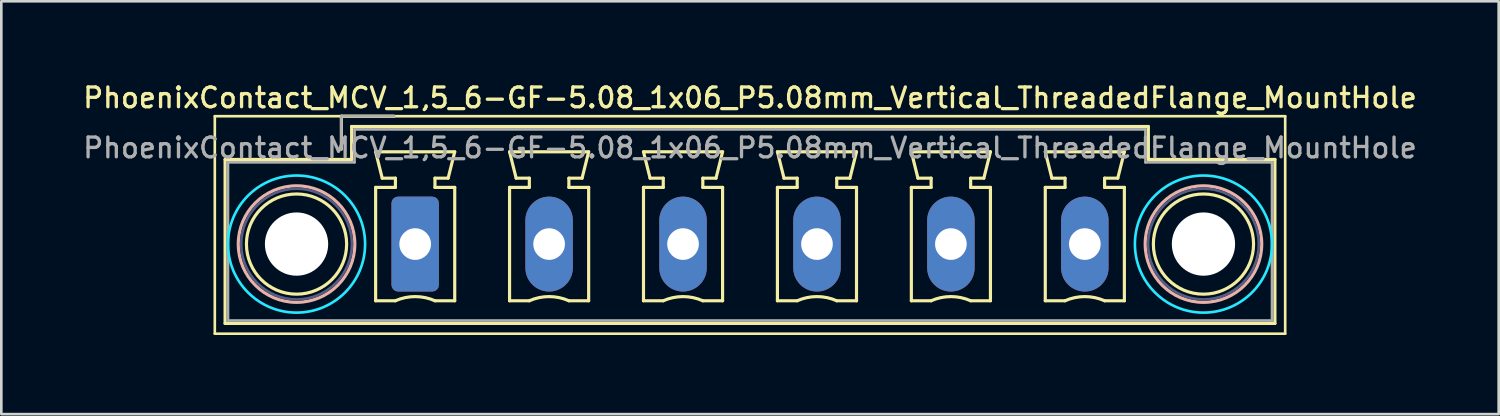
<source format=kicad_pcb>
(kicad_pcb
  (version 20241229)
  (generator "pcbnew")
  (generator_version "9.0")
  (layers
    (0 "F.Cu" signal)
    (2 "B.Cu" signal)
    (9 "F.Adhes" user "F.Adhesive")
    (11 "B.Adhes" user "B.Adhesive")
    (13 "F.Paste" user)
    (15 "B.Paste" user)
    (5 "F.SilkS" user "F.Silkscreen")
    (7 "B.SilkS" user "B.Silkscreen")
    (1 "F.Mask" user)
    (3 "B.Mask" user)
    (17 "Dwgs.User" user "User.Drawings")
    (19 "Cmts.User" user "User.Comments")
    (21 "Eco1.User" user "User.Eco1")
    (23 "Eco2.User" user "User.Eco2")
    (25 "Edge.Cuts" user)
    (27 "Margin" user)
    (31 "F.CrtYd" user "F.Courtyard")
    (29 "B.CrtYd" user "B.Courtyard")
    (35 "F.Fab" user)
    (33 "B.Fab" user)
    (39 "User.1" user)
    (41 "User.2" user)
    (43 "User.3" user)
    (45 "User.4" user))
  (footprint "PhoenixContact_MCV_1,5_6-GF-5.08_1x06_P5.08mm_Vertical_ThreadedFlange_MountHole"
    (layer "F.Cu")
    (at 12.698 6.208)
    (property "Reference" "PhoenixContact_MCV_1,5_6-GF-5.08_1x06_P5.08mm_Vertical_ThreadedFlange_MountHole" (at 12.7 -5.55 0) (layer "F.SilkS") (effects (font (size 0.75 0.75) (thickness 0.125))))
    (attr through_hole)
    (fp_line (start -7.6 -4.85) (end -7.6 3.4) (stroke (width 0.1) (type solid)) (layer "F.SilkS"))
    (fp_line (start -7.6 3.4) (end 33 3.4) (stroke (width 0.1) (type solid)) (layer "F.SilkS"))
    (fp_line (start -7.21 -3.21) (end -7.21 3.01) (stroke (width 0.12) (type solid)) (layer "F.SilkS"))
    (fp_line (start -7.21 3.01) (end 32.61 3.01) (stroke (width 0.12) (type solid)) (layer "F.SilkS"))
    (fp_line (start -2.8 -4.85) (end -0.8 -4.85) (stroke (width 0.12) (type solid)) (layer "F.SilkS"))
    (fp_line (start -2.8 -3.6) (end -2.8 -4.85) (stroke (width 0.12) (type solid)) (layer "F.SilkS"))
    (fp_line (start -2.41 -4.46) (end -2.41 -3.21) (stroke (width 0.12) (type solid)) (layer "F.SilkS"))
    (fp_line (start -2.41 -3.21) (end -7.21 -3.21) (stroke (width 0.12) (type solid)) (layer "F.SilkS"))
    (fp_line (start -1.5 -3.5) (end 1.5 -3.5) (stroke (width 0.12) (type solid)) (layer "F.SilkS"))
    (fp_line (start -1.5 -2.15) (end -0.75 -2.15) (stroke (width 0.12) (type solid)) (layer "F.SilkS"))
    (fp_line (start -1.5 2.15) (end -1.5 -2.15) (stroke (width 0.12) (type solid)) (layer "F.SilkS"))
    (fp_line (start -1.25 -2.5) (end -1.5 -3.5) (stroke (width 0.12) (type solid)) (layer "F.SilkS"))
    (fp_line (start -0.75 -2.5) (end -1.25 -2.5) (stroke (width 0.12) (type solid)) (layer "F.SilkS"))
    (fp_line (start -0.75 -2.15) (end -0.75 -2.5) (stroke (width 0.12) (type solid)) (layer "F.SilkS"))
    (fp_line (start -0.75 2.15) (end -1.5 2.15) (stroke (width 0.12) (type solid)) (layer "F.SilkS"))
    (fp_line (start 0.75 -2.5) (end 0.75 -2.15) (stroke (width 0.12) (type solid)) (layer "F.SilkS"))
    (fp_line (start 0.75 -2.15) (end 1.5 -2.15) (stroke (width 0.12) (type solid)) (layer "F.SilkS"))
    (fp_line (start 1.25 -2.5) (end 0.75 -2.5) (stroke (width 0.12) (type solid)) (layer "F.SilkS"))
    (fp_line (start 1.5 -3.5) (end 1.25 -2.5) (stroke (width 0.12) (type solid)) (layer "F.SilkS"))
    (fp_line (start 1.5 -2.15) (end 1.5 2.15) (stroke (width 0.12) (type solid)) (layer "F.SilkS"))
    (fp_line (start 1.5 2.15) (end 0.75 2.15) (stroke (width 0.12) (type solid)) (layer "F.SilkS"))
    (fp_line (start 3.58 -3.5) (end 6.58 -3.5) (stroke (width 0.12) (type solid)) (layer "F.SilkS"))
    (fp_line (start 3.58 -2.15) (end 4.33 -2.15) (stroke (width 0.12) (type solid)) (layer "F.SilkS"))
    (fp_line (start 3.58 2.15) (end 3.58 -2.15) (stroke (width 0.12) (type solid)) (layer "F.SilkS"))
    (fp_line (start 3.83 -2.5) (end 3.58 -3.5) (stroke (width 0.12) (type solid)) (layer "F.SilkS"))
    (fp_line (start 4.33 -2.5) (end 3.83 -2.5) (stroke (width 0.12) (type solid)) (layer "F.SilkS"))
    (fp_line (start 4.33 -2.15) (end 4.33 -2.5) (stroke (width 0.12) (type solid)) (layer "F.SilkS"))
    (fp_line (start 4.33 2.15) (end 3.58 2.15) (stroke (width 0.12) (type solid)) (layer "F.SilkS"))
    (fp_line (start 5.83 -2.5) (end 5.83 -2.15) (stroke (width 0.12) (type solid)) (layer "F.SilkS"))
    (fp_line (start 5.83 -2.15) (end 6.58 -2.15) (stroke (width 0.12) (type solid)) (layer "F.SilkS"))
    (fp_line (start 6.33 -2.5) (end 5.83 -2.5) (stroke (width 0.12) (type solid)) (layer "F.SilkS"))
    (fp_line (start 6.58 -3.5) (end 6.33 -2.5) (stroke (width 0.12) (type solid)) (layer "F.SilkS"))
    (fp_line (start 6.58 -2.15) (end 6.58 2.15) (stroke (width 0.12) (type solid)) (layer "F.SilkS"))
    (fp_line (start 6.58 2.15) (end 5.83 2.15) (stroke (width 0.12) (type solid)) (layer "F.SilkS"))
    (fp_line (start 8.66 -3.5) (end 11.66 -3.5) (stroke (width 0.12) (type solid)) (layer "F.SilkS"))
    (fp_line (start 8.66 -2.15) (end 9.41 -2.15) (stroke (width 0.12) (type solid)) (layer "F.SilkS"))
    (fp_line (start 8.66 2.15) (end 8.66 -2.15) (stroke (width 0.12) (type solid)) (layer "F.SilkS"))
    (fp_line (start 8.91 -2.5) (end 8.66 -3.5) (stroke (width 0.12) (type solid)) (layer "F.SilkS"))
    (fp_line (start 9.41 -2.5) (end 8.91 -2.5) (stroke (width 0.12) (type solid)) (layer "F.SilkS"))
    (fp_line (start 9.41 -2.15) (end 9.41 -2.5) (stroke (width 0.12) (type solid)) (layer "F.SilkS"))
    (fp_line (start 9.41 2.15) (end 8.66 2.15) (stroke (width 0.12) (type solid)) (layer "F.SilkS"))
    (fp_line (start 10.91 -2.5) (end 10.91 -2.15) (stroke (width 0.12) (type solid)) (layer "F.SilkS"))
    (fp_line (start 10.91 -2.15) (end 11.66 -2.15) (stroke (width 0.12) (type solid)) (layer "F.SilkS"))
    (fp_line (start 11.41 -2.5) (end 10.91 -2.5) (stroke (width 0.12) (type solid)) (layer "F.SilkS"))
    (fp_line (start 11.66 -3.5) (end 11.41 -2.5) (stroke (width 0.12) (type solid)) (layer "F.SilkS"))
    (fp_line (start 11.66 -2.15) (end 11.66 2.15) (stroke (width 0.12) (type solid)) (layer "F.SilkS"))
    (fp_line (start 11.66 2.15) (end 10.91 2.15) (stroke (width 0.12) (type solid)) (layer "F.SilkS"))
    (fp_line (start 13.74 -3.5) (end 16.74 -3.5) (stroke (width 0.12) (type solid)) (layer "F.SilkS"))
    (fp_line (start 13.74 -2.15) (end 14.49 -2.15) (stroke (width 0.12) (type solid)) (layer "F.SilkS"))
    (fp_line (start 13.74 2.15) (end 13.74 -2.15) (stroke (width 0.12) (type solid)) (layer "F.SilkS"))
    (fp_line (start 13.99 -2.5) (end 13.74 -3.5) (stroke (width 0.12) (type solid)) (layer "F.SilkS"))
    (fp_line (start 14.49 -2.5) (end 13.99 -2.5) (stroke (width 0.12) (type solid)) (layer "F.SilkS"))
    (fp_line (start 14.49 -2.15) (end 14.49 -2.5) (stroke (width 0.12) (type solid)) (layer "F.SilkS"))
    (fp_line (start 14.49 2.15) (end 13.74 2.15) (stroke (width 0.12) (type solid)) (layer "F.SilkS"))
    (fp_line (start 15.99 -2.5) (end 15.99 -2.15) (stroke (width 0.12) (type solid)) (layer "F.SilkS"))
    (fp_line (start 15.99 -2.15) (end 16.74 -2.15) (stroke (width 0.12) (type solid)) (layer "F.SilkS"))
    (fp_line (start 16.49 -2.5) (end 15.99 -2.5) (stroke (width 0.12) (type solid)) (layer "F.SilkS"))
    (fp_line (start 16.74 -3.5) (end 16.49 -2.5) (stroke (width 0.12) (type solid)) (layer "F.SilkS"))
    (fp_line (start 16.74 -2.15) (end 16.74 2.15) (stroke (width 0.12) (type solid)) (layer "F.SilkS"))
    (fp_line (start 16.74 2.15) (end 15.99 2.15) (stroke (width 0.12) (type solid)) (layer "F.SilkS"))
    (fp_line (start 18.82 -3.5) (end 21.82 -3.5) (stroke (width 0.12) (type solid)) (layer "F.SilkS"))
    (fp_line (start 18.82 -2.15) (end 19.57 -2.15) (stroke (width 0.12) (type solid)) (layer "F.SilkS"))
    (fp_line (start 18.82 2.15) (end 18.82 -2.15) (stroke (width 0.12) (type solid)) (layer "F.SilkS"))
    (fp_line (start 19.07 -2.5) (end 18.82 -3.5) (stroke (width 0.12) (type solid)) (layer "F.SilkS"))
    (fp_line (start 19.57 -2.5) (end 19.07 -2.5) (stroke (width 0.12) (type solid)) (layer "F.SilkS"))
    (fp_line (start 19.57 -2.15) (end 19.57 -2.5) (stroke (width 0.12) (type solid)) (layer "F.SilkS"))
    (fp_line (start 19.57 2.15) (end 18.82 2.15) (stroke (width 0.12) (type solid)) (layer "F.SilkS"))
    (fp_line (start 21.07 -2.5) (end 21.07 -2.15) (stroke (width 0.12) (type solid)) (layer "F.SilkS"))
    (fp_line (start 21.07 -2.15) (end 21.82 -2.15) (stroke (width 0.12) (type solid)) (layer "F.SilkS"))
    (fp_line (start 21.57 -2.5) (end 21.07 -2.5) (stroke (width 0.12) (type solid)) (layer "F.SilkS"))
    (fp_line (start 21.82 -3.5) (end 21.57 -2.5) (stroke (width 0.12) (type solid)) (layer "F.SilkS"))
    (fp_line (start 21.82 -2.15) (end 21.82 2.15) (stroke (width 0.12) (type solid)) (layer "F.SilkS"))
    (fp_line (start 21.82 2.15) (end 21.07 2.15) (stroke (width 0.12) (type solid)) (layer "F.SilkS"))
    (fp_line (start 23.9 -3.5) (end 26.9 -3.5) (stroke (width 0.12) (type solid)) (layer "F.SilkS"))
    (fp_line (start 23.9 -2.15) (end 24.65 -2.15) (stroke (width 0.12) (type solid)) (layer "F.SilkS"))
    (fp_line (start 23.9 2.15) (end 23.9 -2.15) (stroke (width 0.12) (type solid)) (layer "F.SilkS"))
    (fp_line (start 24.15 -2.5) (end 23.9 -3.5) (stroke (width 0.12) (type solid)) (layer "F.SilkS"))
    (fp_line (start 24.65 -2.5) (end 24.15 -2.5) (stroke (width 0.12) (type solid)) (layer "F.SilkS"))
    (fp_line (start 24.65 -2.15) (end 24.65 -2.5) (stroke (width 0.12) (type solid)) (layer "F.SilkS"))
    (fp_line (start 24.65 2.15) (end 23.9 2.15) (stroke (width 0.12) (type solid)) (layer "F.SilkS"))
    (fp_line (start 26.15 -2.5) (end 26.15 -2.15) (stroke (width 0.12) (type solid)) (layer "F.SilkS"))
    (fp_line (start 26.15 -2.15) (end 26.9 -2.15) (stroke (width 0.12) (type solid)) (layer "F.SilkS"))
    (fp_line (start 26.65 -2.5) (end 26.15 -2.5) (stroke (width 0.12) (type solid)) (layer "F.SilkS"))
    (fp_line (start 26.9 -3.5) (end 26.65 -2.5) (stroke (width 0.12) (type solid)) (layer "F.SilkS"))
    (fp_line (start 26.9 -2.15) (end 26.9 2.15) (stroke (width 0.12) (type solid)) (layer "F.SilkS"))
    (fp_line (start 26.9 2.15) (end 26.15 2.15) (stroke (width 0.12) (type solid)) (layer "F.SilkS"))
    (fp_line (start 27.81 -4.46) (end -2.41 -4.46) (stroke (width 0.12) (type solid)) (layer "F.SilkS"))
    (fp_line (start 27.81 -3.21) (end 27.81 -4.46) (stroke (width 0.12) (type solid)) (layer "F.SilkS"))
    (fp_line (start 32.61 -3.21) (end 27.81 -3.21) (stroke (width 0.12) (type solid)) (layer "F.SilkS"))
    (fp_line (start 32.61 3.01) (end 32.61 -3.21) (stroke (width 0.12) (type solid)) (layer "F.SilkS"))
    (fp_line (start 33 -4.85) (end -7.6 -4.85) (stroke (width 0.1) (type solid)) (layer "F.SilkS"))
    (fp_line (start 33 3.4) (end 33 -4.85) (stroke (width 0.1) (type solid)) (layer "F.SilkS"))
    (fp_arc (start -0.75 2.15) (mid -0.000193 1.99191) (end 0.749647 2.149844) (stroke (width 0.12) (type solid)) (layer "F.SilkS"))
    (fp_arc (start 4.33 2.15) (mid 5.079807 1.99191) (end 5.829647 2.149844) (stroke (width 0.12) (type solid)) (layer "F.SilkS"))
    (fp_arc (start 9.41 2.15) (mid 10.159807 1.99191) (end 10.909647 2.149844) (stroke (width 0.12) (type solid)) (layer "F.SilkS"))
    (fp_arc (start 14.49 2.15) (mid 15.239807 1.99191) (end 15.989647 2.149844) (stroke (width 0.12) (type solid)) (layer "F.SilkS"))
    (fp_arc (start 19.57 2.15) (mid 20.319807 1.99191) (end 21.069647 2.149844) (stroke (width 0.12) (type solid)) (layer "F.SilkS"))
    (fp_arc (start 24.65 2.15) (mid 25.399807 1.99191) (end 26.149647 2.149844) (stroke (width 0.12) (type solid)) (layer "F.SilkS"))
    (fp_circle (center -4.5 0) (end -2.6 0) (stroke (width 0.12) (type solid)) (fill no) (layer "F.SilkS"))
    (fp_circle (center 29.9 0) (end 31.8 0) (stroke (width 0.12) (type solid)) (fill no) (layer "F.SilkS"))
    (fp_circle (center -4.5 0) (end -2.29 0) (stroke (width 0.12) (type solid)) (fill no) (layer "B.SilkS"))
    (fp_circle (center 29.9 0) (end 32.11 0) (stroke (width 0.12) (type solid)) (fill no) (layer "B.SilkS"))
    (fp_circle (center -4.5 0) (end -1.9 0) (stroke (width 0.1) (type solid)) (fill no) (layer "B.CrtYd"))
    (fp_circle (center 29.9 0) (end 32.5 0) (stroke (width 0.1) (type solid)) (fill no) (layer "B.CrtYd"))
    (fp_circle (center -4.5 0) (end -2.4 0) (stroke (width 0.1) (type solid)) (fill no) (layer "B.Fab"))
    (fp_circle (center 29.9 0) (end 32 0) (stroke (width 0.1) (type solid)) (fill no) (layer "B.Fab"))
    (fp_line (start -7.1 -3.1) (end -7.1 2.9) (stroke (width 0.1) (type solid)) (layer "F.Fab"))
    (fp_line (start -7.1 2.9) (end 32.5 2.9) (stroke (width 0.1) (type solid)) (layer "F.Fab"))
    (fp_line (start -2.8 -4.85) (end -0.8 -4.85) (stroke (width 0.1) (type solid)) (layer "F.Fab"))
    (fp_line (start -2.8 -3.6) (end -2.8 -4.85) (stroke (width 0.1) (type solid)) (layer "F.Fab"))
    (fp_line (start -2.3 -4.35) (end -2.3 -3.1) (stroke (width 0.1) (type solid)) (layer "F.Fab"))
    (fp_line (start -2.3 -3.1) (end -7.1 -3.1) (stroke (width 0.1) (type solid)) (layer "F.Fab"))
    (fp_line (start 27.7 -4.35) (end -2.3 -4.35) (stroke (width 0.1) (type solid)) (layer "F.Fab"))
    (fp_line (start 27.7 -3.1) (end 27.7 -4.35) (stroke (width 0.1) (type solid)) (layer "F.Fab"))
    (fp_line (start 32.5 -3.1) (end 27.7 -3.1) (stroke (width 0.1) (type solid)) (layer "F.Fab"))
    (fp_line (start 32.5 2.9) (end 32.5 -3.1) (stroke (width 0.1) (type solid)) (layer "F.Fab"))
    (fp_text user "${REFERENCE}" (at 12.7 -3.65 0) (layer "F.Fab") (effects (font (size 0.75 0.75) (thickness 0.125))))
    (pad "" np_thru_hole circle (at -4.5 0) (size 2.4 2.4) (drill 2.4) (layers "*.Cu" "*.Mask"))
    (pad "" np_thru_hole circle (at 29.9 0) (size 2.4 2.4) (drill 2.4) (layers "*.Cu" "*.Mask"))
    (pad "1" thru_hole roundrect (at 0 0) (size 1.8 3.6) (drill 1.2) (layers "*.Cu" "*.Mask") (roundrect_rratio 0.139))
    (pad "2" thru_hole oval (at 5.08 0) (size 1.8 3.6) (drill 1.2) (layers "*.Cu" "*.Mask"))
    (pad "3" thru_hole oval (at 10.16 0) (size 1.8 3.6) (drill 1.2) (layers "*.Cu" "*.Mask"))
    (pad "4" thru_hole oval (at 15.24 0) (size 1.8 3.6) (drill 1.2) (layers "*.Cu" "*.Mask"))
    (pad "5" thru_hole oval (at 20.32 0) (size 1.8 3.6) (drill 1.2) (layers "*.Cu" "*.Mask"))
    (pad "6" thru_hole oval (at 25.4 0) (size 1.8 3.6) (drill 1.2) (layers "*.Cu" "*.Mask")))
  (gr_rect
    (start -3 -3)
    (end 53.796 12.658)
    (stroke (width 0.1) (type default))
    (fill no)
    (layer "Edge.Cuts")))
</source>
